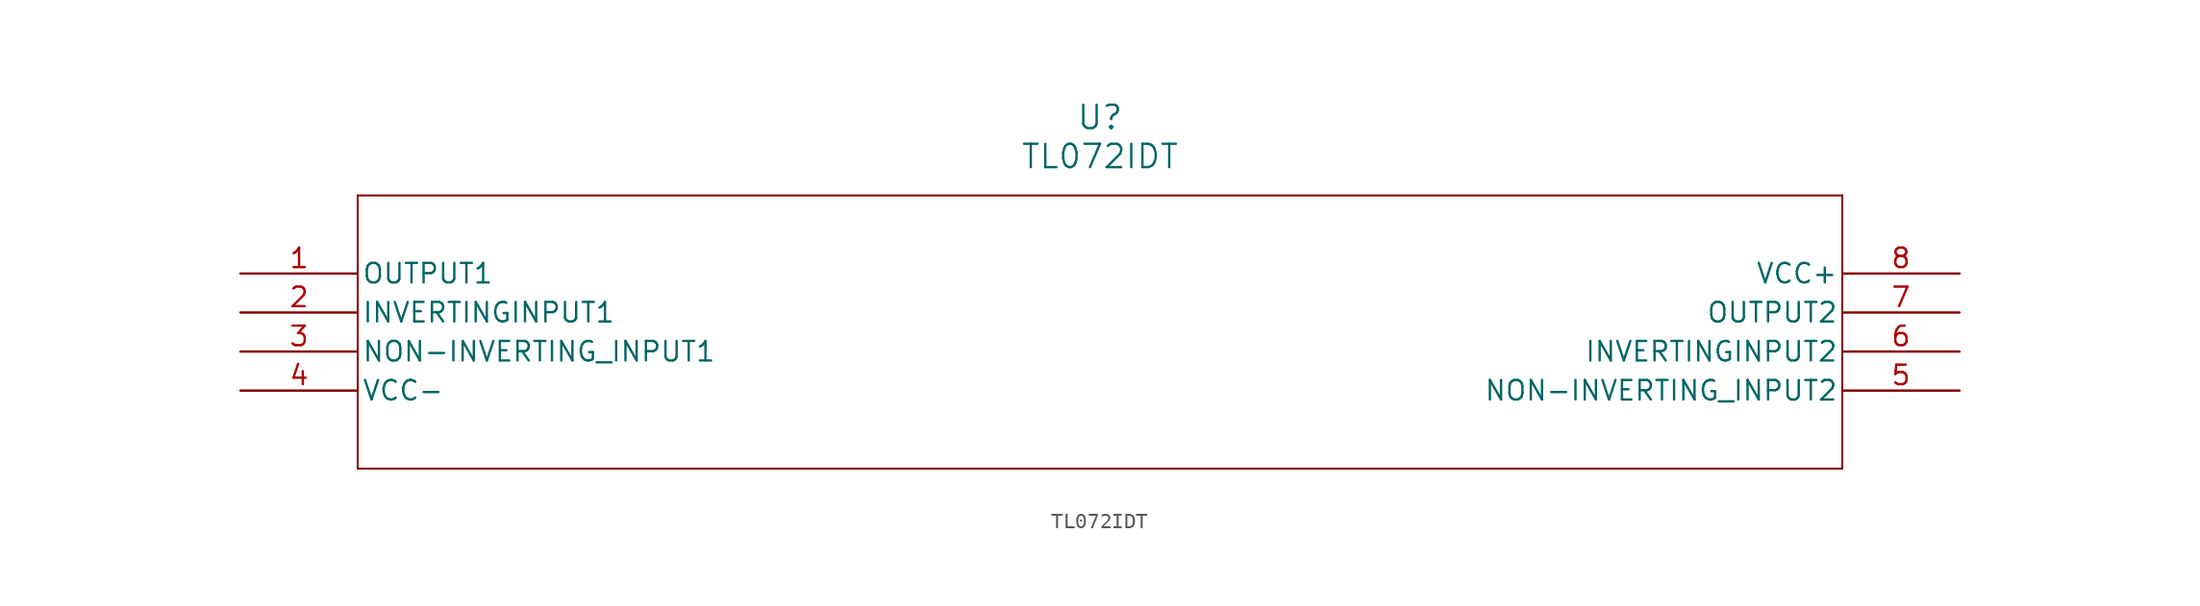
<source format=kicad_sym>
(kicad_symbol_lib
  (version 20211014)
  (generator kicad_symbol_editor)
  (symbol "TL072IDT"
    (pin_names
      (offset 0.254))
    (property "Reference" "U"
      (at 55.88 10.16 0)
      (effects (font (size 1.524 1.524))))
    (property "Value" "TL072IDT"
      (at 55.88 7.62 0)
      (effects (font (size 1.524 1.524))))
    (symbol "TL072IDT_0_1"
      (polyline (pts (xy 7.62 5.08) (xy 7.62 -12.7)) (stroke (width 0.127) (type default) (color 0 0 0 0)) (fill (type none)))
      (polyline (pts (xy 7.62 -12.7) (xy 104.14 -12.7)) (stroke (width 0.127) (type default) (color 0 0 0 0)) (fill (type none)))
      (polyline (pts (xy 104.14 -12.7) (xy 104.14 5.08)) (stroke (width 0.127) (type default) (color 0 0 0 0)) (fill (type none)))
      (polyline (pts (xy 104.14 5.08) (xy 7.62 5.08)) (stroke (width 0.127) (type default) (color 0 0 0 0)) (fill (type none)))
      (pin output line (at 0 0 0) (length 7.62) (name "OUTPUT1" (effects (font (size 1.27 1.27)))) (number "1" (effects (font (size 1.27 1.27)))))
      (pin input line (at 0 -2.54 0) (length 7.62) (name "INVERTINGINPUT1" (effects (font (size 1.27 1.27)))) (number "2" (effects (font (size 1.27 1.27)))))
      (pin input line (at 0 -5.08 0) (length 7.62) (name "NON-INVERTING INPUT1" (effects (font (size 1.27 1.27)))) (number "3" (effects (font (size 1.27 1.27)))))
      (pin power_in line (at 0 -7.62 0) (length 7.62) (name "VCC-" (effects (font (size 1.27 1.27)))) (number "4" (effects (font (size 1.27 1.27)))))
      (pin input line (at 111.76 -7.62 180) (length 7.62) (name "NON-INVERTING INPUT2" (effects (font (size 1.27 1.27)))) (number "5" (effects (font (size 1.27 1.27)))))
      (pin input line (at 111.76 -5.08 180) (length 7.62) (name "INVERTINGINPUT2" (effects (font (size 1.27 1.27)))) (number "6" (effects (font (size 1.27 1.27)))))
      (pin output line (at 111.76 -2.54 180) (length 7.62) (name "OUTPUT2" (effects (font (size 1.27 1.27)))) (number "7" (effects (font (size 1.27 1.27)))))
      (pin power_in line (at 111.76 0 180) (length 7.62) (name "VCC+" (effects (font (size 1.27 1.27)))) (number "8" (effects (font (size 1.27 1.27))))))))
</source>
